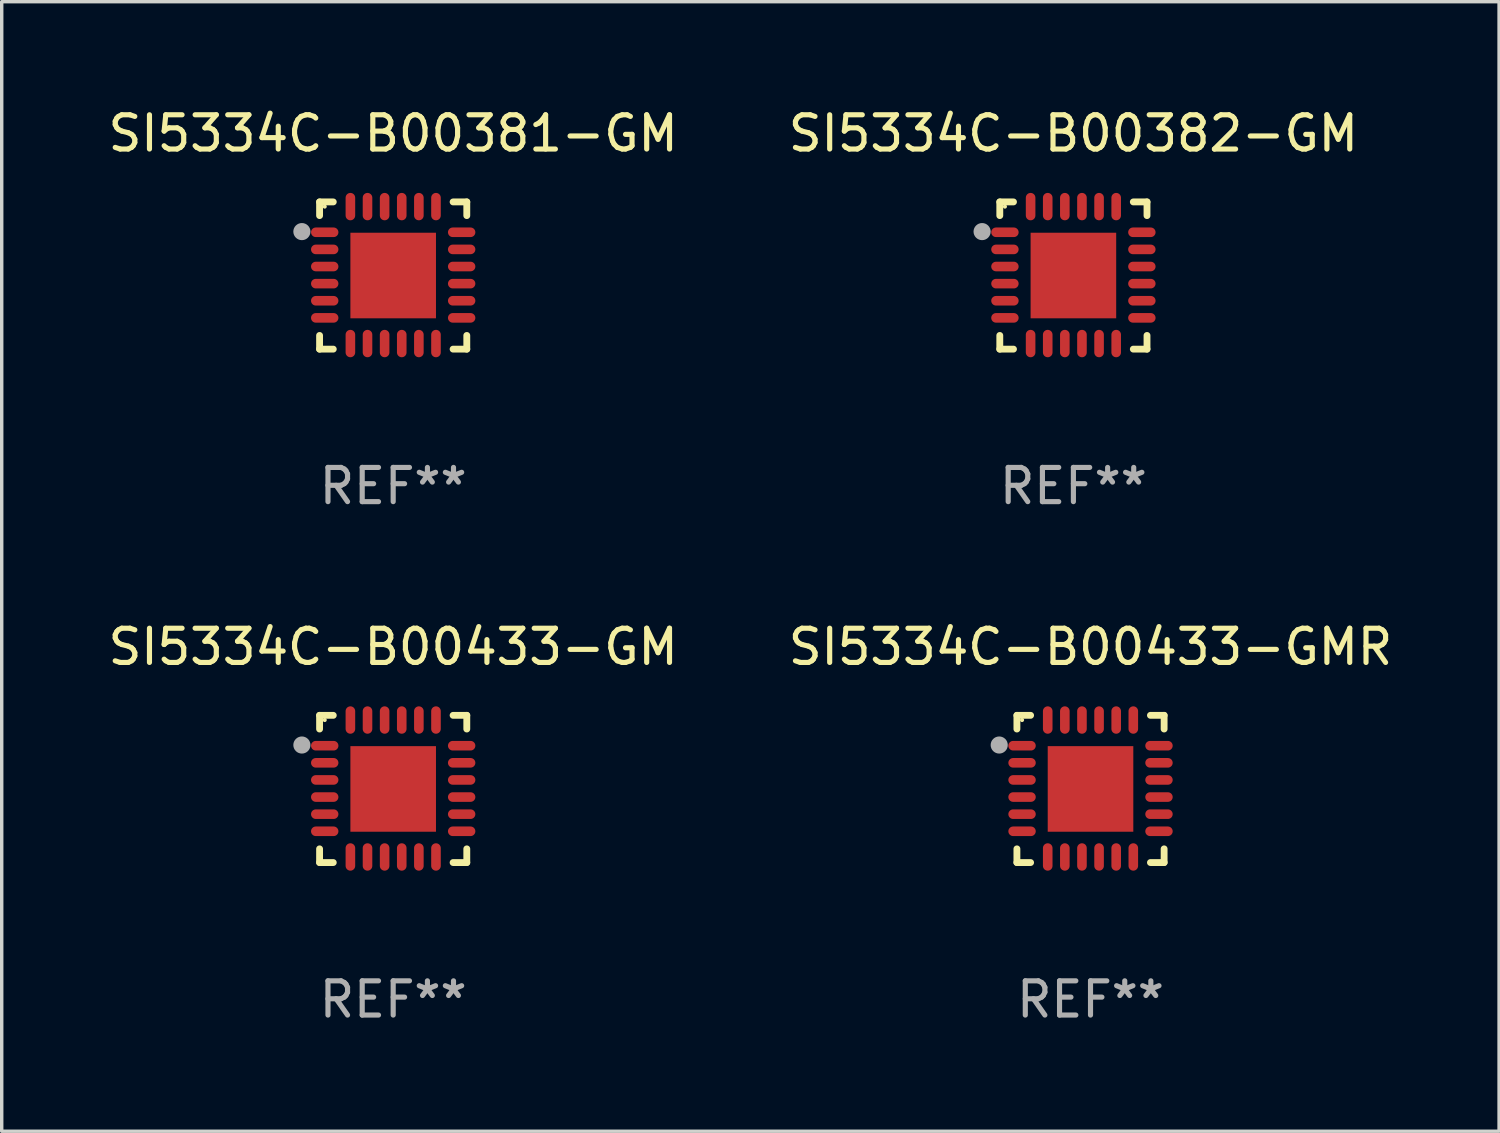
<source format=kicad_pcb>
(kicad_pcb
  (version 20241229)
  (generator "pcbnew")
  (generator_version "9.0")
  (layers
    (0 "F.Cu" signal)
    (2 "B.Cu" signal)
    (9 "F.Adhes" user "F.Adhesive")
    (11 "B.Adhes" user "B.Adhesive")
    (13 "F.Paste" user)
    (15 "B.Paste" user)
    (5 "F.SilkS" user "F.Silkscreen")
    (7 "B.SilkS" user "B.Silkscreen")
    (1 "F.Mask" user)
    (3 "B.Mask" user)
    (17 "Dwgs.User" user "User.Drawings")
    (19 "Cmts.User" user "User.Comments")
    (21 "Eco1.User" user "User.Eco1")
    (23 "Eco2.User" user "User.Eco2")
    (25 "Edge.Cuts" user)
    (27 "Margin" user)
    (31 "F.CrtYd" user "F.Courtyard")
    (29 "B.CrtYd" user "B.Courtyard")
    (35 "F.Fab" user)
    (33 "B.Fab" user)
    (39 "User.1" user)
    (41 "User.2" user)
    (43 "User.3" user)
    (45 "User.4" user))
  (footprint "SI5334C-B00381-GM"
    (layer "F.Cu")
    (at 8.435 4.998)
    (property "Reference" "SI5334C-B00381-GM" (at 0 -4.15 0) (layer "F.SilkS") (effects (font (size 1 1) (thickness 0.15))))
    (attr through_hole)
    (fp_line (start -2.15 -2.15) (end -1.75 -2.15) (stroke (width 0.2) (type solid)) (layer "F.SilkS"))
    (fp_line (start -2.15 -1.75) (end -2.15 -2.15) (stroke (width 0.2) (type solid)) (layer "F.SilkS"))
    (fp_line (start -2.15 2.15) (end -2.15 1.75) (stroke (width 0.2) (type solid)) (layer "F.SilkS"))
    (fp_line (start -1.75 2.15) (end -2.15 2.15) (stroke (width 0.2) (type solid)) (layer "F.SilkS"))
    (fp_line (start 1.75 -2.15) (end 2.15 -2.15) (stroke (width 0.2) (type solid)) (layer "F.SilkS"))
    (fp_line (start 1.75 2.15) (end 2.15 2.15) (stroke (width 0.2) (type solid)) (layer "F.SilkS"))
    (fp_line (start 2.15 -2.15) (end 2.15 -1.75) (stroke (width 0.2) (type solid)) (layer "F.SilkS"))
    (fp_line (start 2.15 2.15) (end 2.15 1.75) (stroke (width 0.2) (type solid)) (layer "F.SilkS"))
    (fp_circle (center -2 -2.013) (end -1.97 -2.013) (stroke (width 0.06) (type solid)) (fill no) (layer "F.SilkS"))
    (fp_circle (center -2.667 -1.283) (end -2.542 -1.283) (stroke (width 0.25) (type solid)) (fill no) (layer "F.Fab"))
    (fp_text user "REF**" (at 0 6.15 0) (layer "F.Fab") (effects (font (size 1 1) (thickness 0.15))))
    (pad "1" smd oval (at -2 -1.263) (size 0.8 0.28) (layers "F.Cu" "F.Mask" "F.Paste"))
    (pad "2" smd oval (at -2 -0.763) (size 0.8 0.28) (layers "F.Cu" "F.Mask" "F.Paste"))
    (pad "3" smd oval (at -2 -0.263) (size 0.8 0.28) (layers "F.Cu" "F.Mask" "F.Paste"))
    (pad "4" smd oval (at -2 0.237) (size 0.8 0.28) (layers "F.Cu" "F.Mask" "F.Paste"))
    (pad "5" smd oval (at -2 0.737) (size 0.8 0.28) (layers "F.Cu" "F.Mask" "F.Paste"))
    (pad "6" smd oval (at -2 1.237) (size 0.8 0.28) (layers "F.Cu" "F.Mask" "F.Paste"))
    (pad "7" smd oval (at -1.25 1.987) (size 0.28 0.8) (layers "F.Cu" "F.Mask" "F.Paste"))
    (pad "8" smd oval (at -0.75 1.987) (size 0.28 0.8) (layers "F.Cu" "F.Mask" "F.Paste"))
    (pad "9" smd oval (at -0.25 1.987) (size 0.28 0.8) (layers "F.Cu" "F.Mask" "F.Paste"))
    (pad "10" smd oval (at 0.25 1.987) (size 0.28 0.8) (layers "F.Cu" "F.Mask" "F.Paste"))
    (pad "11" smd oval (at 0.75 1.987) (size 0.28 0.8) (layers "F.Cu" "F.Mask" "F.Paste"))
    (pad "12" smd oval (at 1.25 1.987) (size 0.28 0.8) (layers "F.Cu" "F.Mask" "F.Paste"))
    (pad "13" smd oval (at 2 1.237) (size 0.8 0.28) (layers "F.Cu" "F.Mask" "F.Paste"))
    (pad "14" smd oval (at 2 0.737) (size 0.8 0.28) (layers "F.Cu" "F.Mask" "F.Paste"))
    (pad "15" smd oval (at 2 0.237) (size 0.8 0.28) (layers "F.Cu" "F.Mask" "F.Paste"))
    (pad "16" smd oval (at 2 -0.263) (size 0.8 0.28) (layers "F.Cu" "F.Mask" "F.Paste"))
    (pad "17" smd oval (at 2 -0.763) (size 0.8 0.28) (layers "F.Cu" "F.Mask" "F.Paste"))
    (pad "18" smd oval (at 2 -1.263) (size 0.8 0.28) (layers "F.Cu" "F.Mask" "F.Paste"))
    (pad "19" smd oval (at 1.25 -2.013) (size 0.28 0.8) (layers "F.Cu" "F.Mask" "F.Paste"))
    (pad "20" smd oval (at 0.75 -2.013) (size 0.28 0.8) (layers "F.Cu" "F.Mask" "F.Paste"))
    (pad "21" smd oval (at 0.25 -2.013) (size 0.28 0.8) (layers "F.Cu" "F.Mask" "F.Paste"))
    (pad "22" smd oval (at -0.25 -2.013) (size 0.28 0.8) (layers "F.Cu" "F.Mask" "F.Paste"))
    (pad "23" smd oval (at -0.75 -2.013) (size 0.28 0.8) (layers "F.Cu" "F.Mask" "F.Paste"))
    (pad "24" smd oval (at -1.25 -2.013) (size 0.28 0.8) (layers "F.Cu" "F.Mask" "F.Paste"))
    (pad "25" smd rect (at -0.000127 -0.00014) (size 2.5 2.5) (layers "F.Cu" "F.Mask" "F.Paste")))
  (footprint "SI5334C-B00433-GM"
    (layer "F.Cu")
    (at 8.435 19.995)
    (property "Reference" "SI5334C-B00433-GM" (at 0 -4.15 0) (layer "F.SilkS") (effects (font (size 1 1) (thickness 0.15))))
    (attr through_hole)
    (fp_line (start -2.15 -2.15) (end -1.75 -2.15) (stroke (width 0.2) (type solid)) (layer "F.SilkS"))
    (fp_line (start -2.15 -1.75) (end -2.15 -2.15) (stroke (width 0.2) (type solid)) (layer "F.SilkS"))
    (fp_line (start -2.15 2.15) (end -2.15 1.75) (stroke (width 0.2) (type solid)) (layer "F.SilkS"))
    (fp_line (start -1.75 2.15) (end -2.15 2.15) (stroke (width 0.2) (type solid)) (layer "F.SilkS"))
    (fp_line (start 1.75 -2.15) (end 2.15 -2.15) (stroke (width 0.2) (type solid)) (layer "F.SilkS"))
    (fp_line (start 1.75 2.15) (end 2.15 2.15) (stroke (width 0.2) (type solid)) (layer "F.SilkS"))
    (fp_line (start 2.15 -2.15) (end 2.15 -1.75) (stroke (width 0.2) (type solid)) (layer "F.SilkS"))
    (fp_line (start 2.15 2.15) (end 2.15 1.75) (stroke (width 0.2) (type solid)) (layer "F.SilkS"))
    (fp_circle (center -2 -2.013) (end -1.97 -2.013) (stroke (width 0.06) (type solid)) (fill no) (layer "F.SilkS"))
    (fp_circle (center -2.667 -1.283) (end -2.542 -1.283) (stroke (width 0.25) (type solid)) (fill no) (layer "F.Fab"))
    (fp_text user "REF**" (at 0 6.15 0) (layer "F.Fab") (effects (font (size 1 1) (thickness 0.15))))
    (pad "1" smd oval (at -2 -1.263) (size 0.8 0.28) (layers "F.Cu" "F.Mask" "F.Paste"))
    (pad "2" smd oval (at -2 -0.763) (size 0.8 0.28) (layers "F.Cu" "F.Mask" "F.Paste"))
    (pad "3" smd oval (at -2 -0.263) (size 0.8 0.28) (layers "F.Cu" "F.Mask" "F.Paste"))
    (pad "4" smd oval (at -2 0.237) (size 0.8 0.28) (layers "F.Cu" "F.Mask" "F.Paste"))
    (pad "5" smd oval (at -2 0.737) (size 0.8 0.28) (layers "F.Cu" "F.Mask" "F.Paste"))
    (pad "6" smd oval (at -2 1.237) (size 0.8 0.28) (layers "F.Cu" "F.Mask" "F.Paste"))
    (pad "7" smd oval (at -1.25 1.987) (size 0.28 0.8) (layers "F.Cu" "F.Mask" "F.Paste"))
    (pad "8" smd oval (at -0.75 1.987) (size 0.28 0.8) (layers "F.Cu" "F.Mask" "F.Paste"))
    (pad "9" smd oval (at -0.25 1.987) (size 0.28 0.8) (layers "F.Cu" "F.Mask" "F.Paste"))
    (pad "10" smd oval (at 0.25 1.987) (size 0.28 0.8) (layers "F.Cu" "F.Mask" "F.Paste"))
    (pad "11" smd oval (at 0.75 1.987) (size 0.28 0.8) (layers "F.Cu" "F.Mask" "F.Paste"))
    (pad "12" smd oval (at 1.25 1.987) (size 0.28 0.8) (layers "F.Cu" "F.Mask" "F.Paste"))
    (pad "13" smd oval (at 2 1.237) (size 0.8 0.28) (layers "F.Cu" "F.Mask" "F.Paste"))
    (pad "14" smd oval (at 2 0.737) (size 0.8 0.28) (layers "F.Cu" "F.Mask" "F.Paste"))
    (pad "15" smd oval (at 2 0.237) (size 0.8 0.28) (layers "F.Cu" "F.Mask" "F.Paste"))
    (pad "16" smd oval (at 2 -0.263) (size 0.8 0.28) (layers "F.Cu" "F.Mask" "F.Paste"))
    (pad "17" smd oval (at 2 -0.763) (size 0.8 0.28) (layers "F.Cu" "F.Mask" "F.Paste"))
    (pad "18" smd oval (at 2 -1.263) (size 0.8 0.28) (layers "F.Cu" "F.Mask" "F.Paste"))
    (pad "19" smd oval (at 1.25 -2.013) (size 0.28 0.8) (layers "F.Cu" "F.Mask" "F.Paste"))
    (pad "20" smd oval (at 0.75 -2.013) (size 0.28 0.8) (layers "F.Cu" "F.Mask" "F.Paste"))
    (pad "21" smd oval (at 0.25 -2.013) (size 0.28 0.8) (layers "F.Cu" "F.Mask" "F.Paste"))
    (pad "22" smd oval (at -0.25 -2.013) (size 0.28 0.8) (layers "F.Cu" "F.Mask" "F.Paste"))
    (pad "23" smd oval (at -0.75 -2.013) (size 0.28 0.8) (layers "F.Cu" "F.Mask" "F.Paste"))
    (pad "24" smd oval (at -1.25 -2.013) (size 0.28 0.8) (layers "F.Cu" "F.Mask" "F.Paste"))
    (pad "25" smd rect (at -0.000127 -0.00014) (size 2.5 2.5) (layers "F.Cu" "F.Mask" "F.Paste")))
  (footprint "SI5334C-B00382-GM"
    (layer "F.Cu")
    (at 28.304 4.998)
    (property "Reference" "SI5334C-B00382-GM" (at 0 -4.15 0) (layer "F.SilkS") (effects (font (size 1 1) (thickness 0.15))))
    (attr through_hole)
    (fp_line (start -2.15 -2.15) (end -1.75 -2.15) (stroke (width 0.2) (type solid)) (layer "F.SilkS"))
    (fp_line (start -2.15 -1.75) (end -2.15 -2.15) (stroke (width 0.2) (type solid)) (layer "F.SilkS"))
    (fp_line (start -2.15 2.15) (end -2.15 1.75) (stroke (width 0.2) (type solid)) (layer "F.SilkS"))
    (fp_line (start -1.75 2.15) (end -2.15 2.15) (stroke (width 0.2) (type solid)) (layer "F.SilkS"))
    (fp_line (start 1.75 -2.15) (end 2.15 -2.15) (stroke (width 0.2) (type solid)) (layer "F.SilkS"))
    (fp_line (start 1.75 2.15) (end 2.15 2.15) (stroke (width 0.2) (type solid)) (layer "F.SilkS"))
    (fp_line (start 2.15 -2.15) (end 2.15 -1.75) (stroke (width 0.2) (type solid)) (layer "F.SilkS"))
    (fp_line (start 2.15 2.15) (end 2.15 1.75) (stroke (width 0.2) (type solid)) (layer "F.SilkS"))
    (fp_circle (center -2 -2.013) (end -1.97 -2.013) (stroke (width 0.06) (type solid)) (fill no) (layer "F.SilkS"))
    (fp_circle (center -2.667 -1.283) (end -2.542 -1.283) (stroke (width 0.25) (type solid)) (fill no) (layer "F.Fab"))
    (fp_text user "REF**" (at 0 6.15 0) (layer "F.Fab") (effects (font (size 1 1) (thickness 0.15))))
    (pad "1" smd oval (at -2 -1.263) (size 0.8 0.28) (layers "F.Cu" "F.Mask" "F.Paste"))
    (pad "2" smd oval (at -2 -0.763) (size 0.8 0.28) (layers "F.Cu" "F.Mask" "F.Paste"))
    (pad "3" smd oval (at -2 -0.263) (size 0.8 0.28) (layers "F.Cu" "F.Mask" "F.Paste"))
    (pad "4" smd oval (at -2 0.237) (size 0.8 0.28) (layers "F.Cu" "F.Mask" "F.Paste"))
    (pad "5" smd oval (at -2 0.737) (size 0.8 0.28) (layers "F.Cu" "F.Mask" "F.Paste"))
    (pad "6" smd oval (at -2 1.237) (size 0.8 0.28) (layers "F.Cu" "F.Mask" "F.Paste"))
    (pad "7" smd oval (at -1.25 1.987) (size 0.28 0.8) (layers "F.Cu" "F.Mask" "F.Paste"))
    (pad "8" smd oval (at -0.75 1.987) (size 0.28 0.8) (layers "F.Cu" "F.Mask" "F.Paste"))
    (pad "9" smd oval (at -0.25 1.987) (size 0.28 0.8) (layers "F.Cu" "F.Mask" "F.Paste"))
    (pad "10" smd oval (at 0.25 1.987) (size 0.28 0.8) (layers "F.Cu" "F.Mask" "F.Paste"))
    (pad "11" smd oval (at 0.75 1.987) (size 0.28 0.8) (layers "F.Cu" "F.Mask" "F.Paste"))
    (pad "12" smd oval (at 1.25 1.987) (size 0.28 0.8) (layers "F.Cu" "F.Mask" "F.Paste"))
    (pad "13" smd oval (at 2 1.237) (size 0.8 0.28) (layers "F.Cu" "F.Mask" "F.Paste"))
    (pad "14" smd oval (at 2 0.737) (size 0.8 0.28) (layers "F.Cu" "F.Mask" "F.Paste"))
    (pad "15" smd oval (at 2 0.237) (size 0.8 0.28) (layers "F.Cu" "F.Mask" "F.Paste"))
    (pad "16" smd oval (at 2 -0.263) (size 0.8 0.28) (layers "F.Cu" "F.Mask" "F.Paste"))
    (pad "17" smd oval (at 2 -0.763) (size 0.8 0.28) (layers "F.Cu" "F.Mask" "F.Paste"))
    (pad "18" smd oval (at 2 -1.263) (size 0.8 0.28) (layers "F.Cu" "F.Mask" "F.Paste"))
    (pad "19" smd oval (at 1.25 -2.013) (size 0.28 0.8) (layers "F.Cu" "F.Mask" "F.Paste"))
    (pad "20" smd oval (at 0.75 -2.013) (size 0.28 0.8) (layers "F.Cu" "F.Mask" "F.Paste"))
    (pad "21" smd oval (at 0.25 -2.013) (size 0.28 0.8) (layers "F.Cu" "F.Mask" "F.Paste"))
    (pad "22" smd oval (at -0.25 -2.013) (size 0.28 0.8) (layers "F.Cu" "F.Mask" "F.Paste"))
    (pad "23" smd oval (at -0.75 -2.013) (size 0.28 0.8) (layers "F.Cu" "F.Mask" "F.Paste"))
    (pad "24" smd oval (at -1.25 -2.013) (size 0.28 0.8) (layers "F.Cu" "F.Mask" "F.Paste"))
    (pad "25" smd rect (at -0.000127 -0.00014) (size 2.5 2.5) (layers "F.Cu" "F.Mask" "F.Paste")))
  (footprint "SI5334C-B00433-GMR"
    (layer "F.Cu")
    (at 28.804 19.995)
    (property "Reference" "SI5334C-B00433-GMR" (at 0 -4.15 0) (layer "F.SilkS") (effects (font (size 1 1) (thickness 0.15))))
    (attr through_hole)
    (fp_line (start -2.15 -2.15) (end -1.75 -2.15) (stroke (width 0.2) (type solid)) (layer "F.SilkS"))
    (fp_line (start -2.15 -1.75) (end -2.15 -2.15) (stroke (width 0.2) (type solid)) (layer "F.SilkS"))
    (fp_line (start -2.15 2.15) (end -2.15 1.75) (stroke (width 0.2) (type solid)) (layer "F.SilkS"))
    (fp_line (start -1.75 2.15) (end -2.15 2.15) (stroke (width 0.2) (type solid)) (layer "F.SilkS"))
    (fp_line (start 1.75 -2.15) (end 2.15 -2.15) (stroke (width 0.2) (type solid)) (layer "F.SilkS"))
    (fp_line (start 1.75 2.15) (end 2.15 2.15) (stroke (width 0.2) (type solid)) (layer "F.SilkS"))
    (fp_line (start 2.15 -2.15) (end 2.15 -1.75) (stroke (width 0.2) (type solid)) (layer "F.SilkS"))
    (fp_line (start 2.15 2.15) (end 2.15 1.75) (stroke (width 0.2) (type solid)) (layer "F.SilkS"))
    (fp_circle (center -2 -2.013) (end -1.97 -2.013) (stroke (width 0.06) (type solid)) (fill no) (layer "F.SilkS"))
    (fp_circle (center -2.667 -1.283) (end -2.542 -1.283) (stroke (width 0.25) (type solid)) (fill no) (layer "F.Fab"))
    (fp_text user "REF**" (at 0 6.15 0) (layer "F.Fab") (effects (font (size 1 1) (thickness 0.15))))
    (pad "1" smd oval (at -2 -1.263) (size 0.8 0.28) (layers "F.Cu" "F.Mask" "F.Paste"))
    (pad "2" smd oval (at -2 -0.763) (size 0.8 0.28) (layers "F.Cu" "F.Mask" "F.Paste"))
    (pad "3" smd oval (at -2 -0.263) (size 0.8 0.28) (layers "F.Cu" "F.Mask" "F.Paste"))
    (pad "4" smd oval (at -2 0.237) (size 0.8 0.28) (layers "F.Cu" "F.Mask" "F.Paste"))
    (pad "5" smd oval (at -2 0.737) (size 0.8 0.28) (layers "F.Cu" "F.Mask" "F.Paste"))
    (pad "6" smd oval (at -2 1.237) (size 0.8 0.28) (layers "F.Cu" "F.Mask" "F.Paste"))
    (pad "7" smd oval (at -1.25 1.987) (size 0.28 0.8) (layers "F.Cu" "F.Mask" "F.Paste"))
    (pad "8" smd oval (at -0.75 1.987) (size 0.28 0.8) (layers "F.Cu" "F.Mask" "F.Paste"))
    (pad "9" smd oval (at -0.25 1.987) (size 0.28 0.8) (layers "F.Cu" "F.Mask" "F.Paste"))
    (pad "10" smd oval (at 0.25 1.987) (size 0.28 0.8) (layers "F.Cu" "F.Mask" "F.Paste"))
    (pad "11" smd oval (at 0.75 1.987) (size 0.28 0.8) (layers "F.Cu" "F.Mask" "F.Paste"))
    (pad "12" smd oval (at 1.25 1.987) (size 0.28 0.8) (layers "F.Cu" "F.Mask" "F.Paste"))
    (pad "13" smd oval (at 2 1.237) (size 0.8 0.28) (layers "F.Cu" "F.Mask" "F.Paste"))
    (pad "14" smd oval (at 2 0.737) (size 0.8 0.28) (layers "F.Cu" "F.Mask" "F.Paste"))
    (pad "15" smd oval (at 2 0.237) (size 0.8 0.28) (layers "F.Cu" "F.Mask" "F.Paste"))
    (pad "16" smd oval (at 2 -0.263) (size 0.8 0.28) (layers "F.Cu" "F.Mask" "F.Paste"))
    (pad "17" smd oval (at 2 -0.763) (size 0.8 0.28) (layers "F.Cu" "F.Mask" "F.Paste"))
    (pad "18" smd oval (at 2 -1.263) (size 0.8 0.28) (layers "F.Cu" "F.Mask" "F.Paste"))
    (pad "19" smd oval (at 1.25 -2.013) (size 0.28 0.8) (layers "F.Cu" "F.Mask" "F.Paste"))
    (pad "20" smd oval (at 0.75 -2.013) (size 0.28 0.8) (layers "F.Cu" "F.Mask" "F.Paste"))
    (pad "21" smd oval (at 0.25 -2.013) (size 0.28 0.8) (layers "F.Cu" "F.Mask" "F.Paste"))
    (pad "22" smd oval (at -0.25 -2.013) (size 0.28 0.8) (layers "F.Cu" "F.Mask" "F.Paste"))
    (pad "23" smd oval (at -0.75 -2.013) (size 0.28 0.8) (layers "F.Cu" "F.Mask" "F.Paste"))
    (pad "24" smd oval (at -1.25 -2.013) (size 0.28 0.8) (layers "F.Cu" "F.Mask" "F.Paste"))
    (pad "25" smd rect (at -0.000127 -0.00014) (size 2.5 2.5) (layers "F.Cu" "F.Mask" "F.Paste")))
  (gr_rect
    (start -3 -3)
    (end 40.738 29.993)
    (stroke (width 0.1) (type default))
    (fill no)
    (layer "Edge.Cuts")))
</source>
